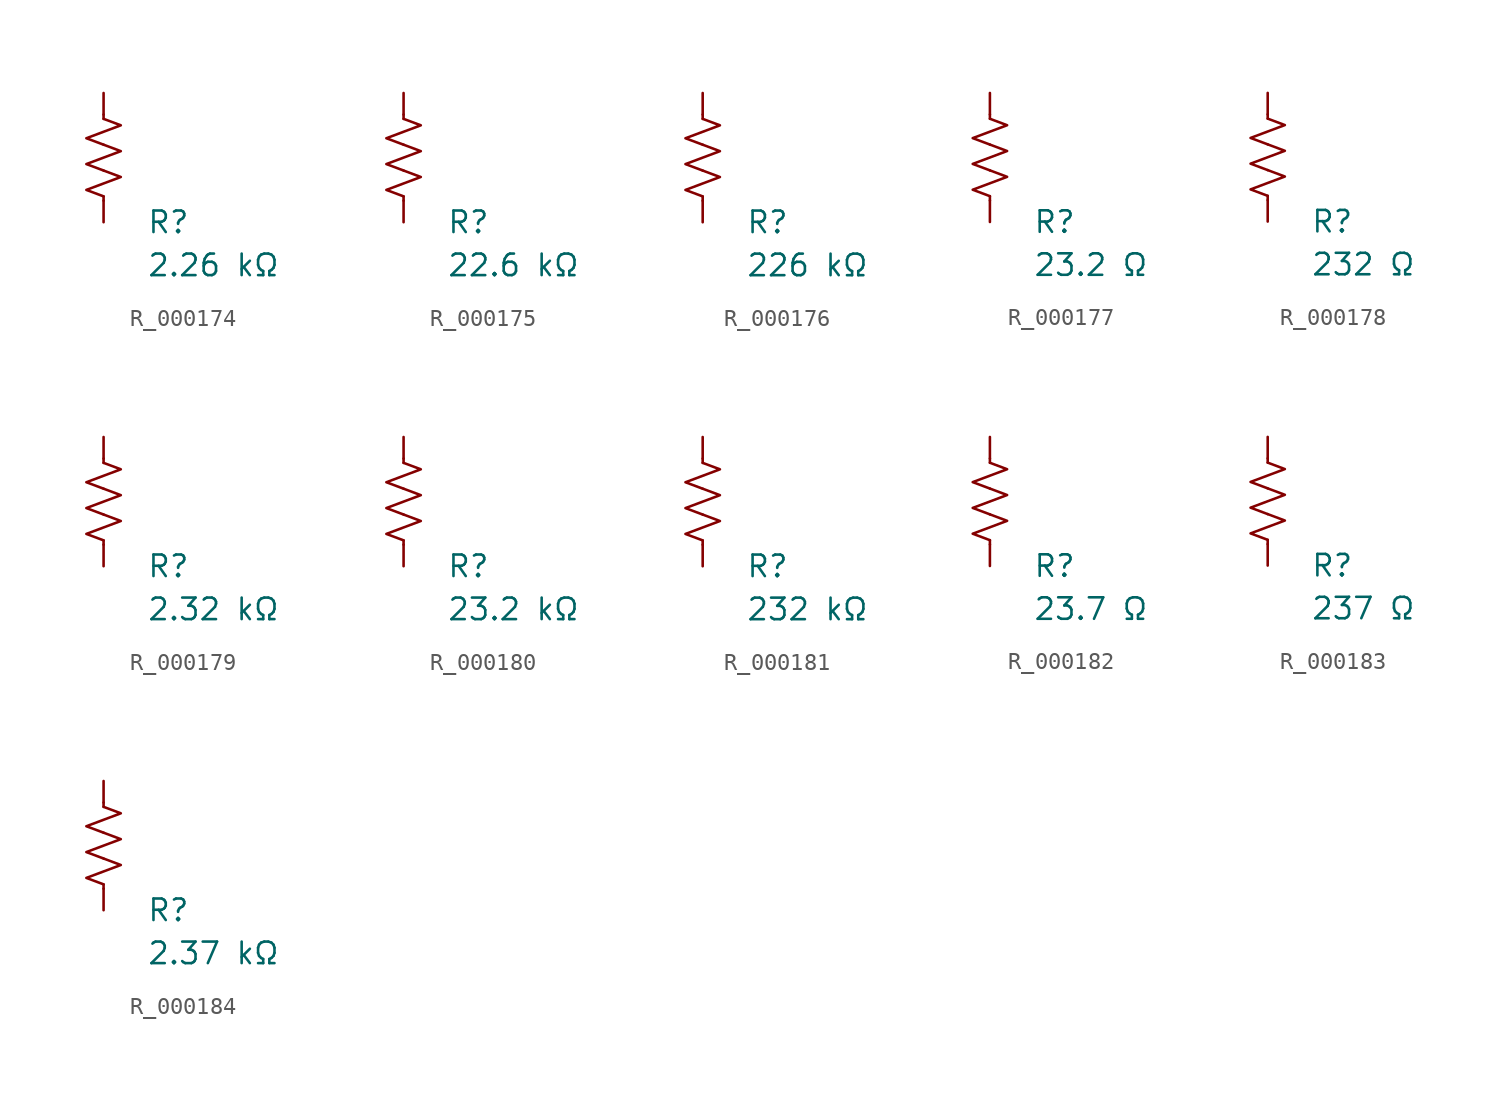
<source format=kicad_sym>
(kicad_symbol_lib
  (version 20231120)
  (generator "kicad_symbol_editor")
  (generator_version "8.0")
  (symbol "R_000174"
    (pin_numbers hide)
    (pin_names
      (offset 0))
    (property "Reference" "R"
      (at 2.54 -3.81 0)
      (effects (font (size 1.27 1.27)) (justify left))
      (show_name no))
    (property "Value" "2.26 kΩ"
      (at 2.54 -6.35 0)
      (effects (font (size 1.27 1.27)) (justify left))
      (show_name no))
    (symbol "R_000174_0_1"
      (polyline (pts (xy 0 -2.286) (xy 0 -2.54)) (stroke (width 0) (type default)) (fill (type none)))
      (polyline (pts (xy 0 2.286) (xy 0 2.54)) (stroke (width 0) (type default)) (fill (type none)))
      (polyline (pts (xy 0 -0.762) (xy 1.016 -1.143) (xy 0 -1.524) (xy -1.016 -1.905) (xy 0 -2.286)) (stroke (width 0) (type default)) (fill (type none)))
      (polyline (pts (xy 0 0.762) (xy 1.016 0.381) (xy 0 0) (xy -1.016 -0.381) (xy 0 -0.762)) (stroke (width 0) (type default)) (fill (type none)))
      (polyline (pts (xy 0 2.286) (xy 1.016 1.905) (xy 0 1.524) (xy -1.016 1.143) (xy 0 0.762)) (stroke (width 0) (type default)) (fill (type none))))
    (symbol "R_000174_1_1"
      (pin passive line (at 0 3.81 270) (length 1.27) (name "~" (effects (font (size 1.27 1.27)))) (number "1" (effects (font (size 1.27 1.27)))))
      (pin passive line (at 0 -3.81 90) (length 1.27) (name "~" (effects (font (size 1.27 1.27)))) (number "2" (effects (font (size 1.27 1.27)))))))
  (symbol "R_000175"
    (pin_numbers hide)
    (pin_names
      (offset 0))
    (property "Reference" "R"
      (at 2.54 -3.81 0)
      (effects (font (size 1.27 1.27)) (justify left))
      (show_name no))
    (property "Value" "22.6 kΩ"
      (at 2.54 -6.35 0)
      (effects (font (size 1.27 1.27)) (justify left))
      (show_name no))
    (symbol "R_000175_0_1"
      (polyline (pts (xy 0 -2.286) (xy 0 -2.54)) (stroke (width 0) (type default)) (fill (type none)))
      (polyline (pts (xy 0 2.286) (xy 0 2.54)) (stroke (width 0) (type default)) (fill (type none)))
      (polyline (pts (xy 0 -0.762) (xy 1.016 -1.143) (xy 0 -1.524) (xy -1.016 -1.905) (xy 0 -2.286)) (stroke (width 0) (type default)) (fill (type none)))
      (polyline (pts (xy 0 0.762) (xy 1.016 0.381) (xy 0 0) (xy -1.016 -0.381) (xy 0 -0.762)) (stroke (width 0) (type default)) (fill (type none)))
      (polyline (pts (xy 0 2.286) (xy 1.016 1.905) (xy 0 1.524) (xy -1.016 1.143) (xy 0 0.762)) (stroke (width 0) (type default)) (fill (type none))))
    (symbol "R_000175_1_1"
      (pin passive line (at 0 3.81 270) (length 1.27) (name "~" (effects (font (size 1.27 1.27)))) (number "1" (effects (font (size 1.27 1.27)))))
      (pin passive line (at 0 -3.81 90) (length 1.27) (name "~" (effects (font (size 1.27 1.27)))) (number "2" (effects (font (size 1.27 1.27)))))))
  (symbol "R_000176"
    (pin_numbers hide)
    (pin_names
      (offset 0))
    (property "Reference" "R"
      (at 2.54 -3.81 0)
      (effects (font (size 1.27 1.27)) (justify left))
      (show_name no))
    (property "Value" "226 kΩ"
      (at 2.54 -6.35 0)
      (effects (font (size 1.27 1.27)) (justify left))
      (show_name no))
    (symbol "R_000176_0_1"
      (polyline (pts (xy 0 -2.286) (xy 0 -2.54)) (stroke (width 0) (type default)) (fill (type none)))
      (polyline (pts (xy 0 2.286) (xy 0 2.54)) (stroke (width 0) (type default)) (fill (type none)))
      (polyline (pts (xy 0 -0.762) (xy 1.016 -1.143) (xy 0 -1.524) (xy -1.016 -1.905) (xy 0 -2.286)) (stroke (width 0) (type default)) (fill (type none)))
      (polyline (pts (xy 0 0.762) (xy 1.016 0.381) (xy 0 0) (xy -1.016 -0.381) (xy 0 -0.762)) (stroke (width 0) (type default)) (fill (type none)))
      (polyline (pts (xy 0 2.286) (xy 1.016 1.905) (xy 0 1.524) (xy -1.016 1.143) (xy 0 0.762)) (stroke (width 0) (type default)) (fill (type none))))
    (symbol "R_000176_1_1"
      (pin passive line (at 0 3.81 270) (length 1.27) (name "~" (effects (font (size 1.27 1.27)))) (number "1" (effects (font (size 1.27 1.27)))))
      (pin passive line (at 0 -3.81 90) (length 1.27) (name "~" (effects (font (size 1.27 1.27)))) (number "2" (effects (font (size 1.27 1.27)))))))
  (symbol "R_000177"
    (pin_numbers hide)
    (pin_names
      (offset 0))
    (property "Reference" "R"
      (at 2.54 -3.81 0)
      (effects (font (size 1.27 1.27)) (justify left))
      (show_name no))
    (property "Value" "23.2 Ω"
      (at 2.54 -6.35 0)
      (effects (font (size 1.27 1.27)) (justify left))
      (show_name no))
    (symbol "R_000177_0_1"
      (polyline (pts (xy 0 -2.286) (xy 0 -2.54)) (stroke (width 0) (type default)) (fill (type none)))
      (polyline (pts (xy 0 2.286) (xy 0 2.54)) (stroke (width 0) (type default)) (fill (type none)))
      (polyline (pts (xy 0 -0.762) (xy 1.016 -1.143) (xy 0 -1.524) (xy -1.016 -1.905) (xy 0 -2.286)) (stroke (width 0) (type default)) (fill (type none)))
      (polyline (pts (xy 0 0.762) (xy 1.016 0.381) (xy 0 0) (xy -1.016 -0.381) (xy 0 -0.762)) (stroke (width 0) (type default)) (fill (type none)))
      (polyline (pts (xy 0 2.286) (xy 1.016 1.905) (xy 0 1.524) (xy -1.016 1.143) (xy 0 0.762)) (stroke (width 0) (type default)) (fill (type none))))
    (symbol "R_000177_1_1"
      (pin passive line (at 0 3.81 270) (length 1.27) (name "~" (effects (font (size 1.27 1.27)))) (number "1" (effects (font (size 1.27 1.27)))))
      (pin passive line (at 0 -3.81 90) (length 1.27) (name "~" (effects (font (size 1.27 1.27)))) (number "2" (effects (font (size 1.27 1.27)))))))
  (symbol "R_000178"
    (pin_numbers hide)
    (pin_names
      (offset 0))
    (property "Reference" "R"
      (at 2.54 -3.81 0)
      (effects (font (size 1.27 1.27)) (justify left))
      (show_name no))
    (property "Value" "232 Ω"
      (at 2.54 -6.35 0)
      (effects (font (size 1.27 1.27)) (justify left))
      (show_name no))
    (symbol "R_000178_0_1"
      (polyline (pts (xy 0 -2.286) (xy 0 -2.54)) (stroke (width 0) (type default)) (fill (type none)))
      (polyline (pts (xy 0 2.286) (xy 0 2.54)) (stroke (width 0) (type default)) (fill (type none)))
      (polyline (pts (xy 0 -0.762) (xy 1.016 -1.143) (xy 0 -1.524) (xy -1.016 -1.905) (xy 0 -2.286)) (stroke (width 0) (type default)) (fill (type none)))
      (polyline (pts (xy 0 0.762) (xy 1.016 0.381) (xy 0 0) (xy -1.016 -0.381) (xy 0 -0.762)) (stroke (width 0) (type default)) (fill (type none)))
      (polyline (pts (xy 0 2.286) (xy 1.016 1.905) (xy 0 1.524) (xy -1.016 1.143) (xy 0 0.762)) (stroke (width 0) (type default)) (fill (type none))))
    (symbol "R_000178_1_1"
      (pin passive line (at 0 3.81 270) (length 1.27) (name "~" (effects (font (size 1.27 1.27)))) (number "1" (effects (font (size 1.27 1.27)))))
      (pin passive line (at 0 -3.81 90) (length 1.27) (name "~" (effects (font (size 1.27 1.27)))) (number "2" (effects (font (size 1.27 1.27)))))))
  (symbol "R_000179"
    (pin_numbers hide)
    (pin_names
      (offset 0))
    (property "Reference" "R"
      (at 2.54 -3.81 0)
      (effects (font (size 1.27 1.27)) (justify left))
      (show_name no))
    (property "Value" "2.32 kΩ"
      (at 2.54 -6.35 0)
      (effects (font (size 1.27 1.27)) (justify left))
      (show_name no))
    (symbol "R_000179_0_1"
      (polyline (pts (xy 0 -2.286) (xy 0 -2.54)) (stroke (width 0) (type default)) (fill (type none)))
      (polyline (pts (xy 0 2.286) (xy 0 2.54)) (stroke (width 0) (type default)) (fill (type none)))
      (polyline (pts (xy 0 -0.762) (xy 1.016 -1.143) (xy 0 -1.524) (xy -1.016 -1.905) (xy 0 -2.286)) (stroke (width 0) (type default)) (fill (type none)))
      (polyline (pts (xy 0 0.762) (xy 1.016 0.381) (xy 0 0) (xy -1.016 -0.381) (xy 0 -0.762)) (stroke (width 0) (type default)) (fill (type none)))
      (polyline (pts (xy 0 2.286) (xy 1.016 1.905) (xy 0 1.524) (xy -1.016 1.143) (xy 0 0.762)) (stroke (width 0) (type default)) (fill (type none))))
    (symbol "R_000179_1_1"
      (pin passive line (at 0 3.81 270) (length 1.27) (name "~" (effects (font (size 1.27 1.27)))) (number "1" (effects (font (size 1.27 1.27)))))
      (pin passive line (at 0 -3.81 90) (length 1.27) (name "~" (effects (font (size 1.27 1.27)))) (number "2" (effects (font (size 1.27 1.27)))))))
  (symbol "R_000180"
    (pin_numbers hide)
    (pin_names
      (offset 0))
    (property "Reference" "R"
      (at 2.54 -3.81 0)
      (effects (font (size 1.27 1.27)) (justify left))
      (show_name no))
    (property "Value" "23.2 kΩ"
      (at 2.54 -6.35 0)
      (effects (font (size 1.27 1.27)) (justify left))
      (show_name no))
    (symbol "R_000180_0_1"
      (polyline (pts (xy 0 -2.286) (xy 0 -2.54)) (stroke (width 0) (type default)) (fill (type none)))
      (polyline (pts (xy 0 2.286) (xy 0 2.54)) (stroke (width 0) (type default)) (fill (type none)))
      (polyline (pts (xy 0 -0.762) (xy 1.016 -1.143) (xy 0 -1.524) (xy -1.016 -1.905) (xy 0 -2.286)) (stroke (width 0) (type default)) (fill (type none)))
      (polyline (pts (xy 0 0.762) (xy 1.016 0.381) (xy 0 0) (xy -1.016 -0.381) (xy 0 -0.762)) (stroke (width 0) (type default)) (fill (type none)))
      (polyline (pts (xy 0 2.286) (xy 1.016 1.905) (xy 0 1.524) (xy -1.016 1.143) (xy 0 0.762)) (stroke (width 0) (type default)) (fill (type none))))
    (symbol "R_000180_1_1"
      (pin passive line (at 0 3.81 270) (length 1.27) (name "~" (effects (font (size 1.27 1.27)))) (number "1" (effects (font (size 1.27 1.27)))))
      (pin passive line (at 0 -3.81 90) (length 1.27) (name "~" (effects (font (size 1.27 1.27)))) (number "2" (effects (font (size 1.27 1.27)))))))
  (symbol "R_000181"
    (pin_numbers hide)
    (pin_names
      (offset 0))
    (property "Reference" "R"
      (at 2.54 -3.81 0)
      (effects (font (size 1.27 1.27)) (justify left))
      (show_name no))
    (property "Value" "232 kΩ"
      (at 2.54 -6.35 0)
      (effects (font (size 1.27 1.27)) (justify left))
      (show_name no))
    (symbol "R_000181_0_1"
      (polyline (pts (xy 0 -2.286) (xy 0 -2.54)) (stroke (width 0) (type default)) (fill (type none)))
      (polyline (pts (xy 0 2.286) (xy 0 2.54)) (stroke (width 0) (type default)) (fill (type none)))
      (polyline (pts (xy 0 -0.762) (xy 1.016 -1.143) (xy 0 -1.524) (xy -1.016 -1.905) (xy 0 -2.286)) (stroke (width 0) (type default)) (fill (type none)))
      (polyline (pts (xy 0 0.762) (xy 1.016 0.381) (xy 0 0) (xy -1.016 -0.381) (xy 0 -0.762)) (stroke (width 0) (type default)) (fill (type none)))
      (polyline (pts (xy 0 2.286) (xy 1.016 1.905) (xy 0 1.524) (xy -1.016 1.143) (xy 0 0.762)) (stroke (width 0) (type default)) (fill (type none))))
    (symbol "R_000181_1_1"
      (pin passive line (at 0 3.81 270) (length 1.27) (name "~" (effects (font (size 1.27 1.27)))) (number "1" (effects (font (size 1.27 1.27)))))
      (pin passive line (at 0 -3.81 90) (length 1.27) (name "~" (effects (font (size 1.27 1.27)))) (number "2" (effects (font (size 1.27 1.27)))))))
  (symbol "R_000182"
    (pin_numbers hide)
    (pin_names
      (offset 0))
    (property "Reference" "R"
      (at 2.54 -3.81 0)
      (effects (font (size 1.27 1.27)) (justify left))
      (show_name no))
    (property "Value" "23.7 Ω"
      (at 2.54 -6.35 0)
      (effects (font (size 1.27 1.27)) (justify left))
      (show_name no))
    (symbol "R_000182_0_1"
      (polyline (pts (xy 0 -2.286) (xy 0 -2.54)) (stroke (width 0) (type default)) (fill (type none)))
      (polyline (pts (xy 0 2.286) (xy 0 2.54)) (stroke (width 0) (type default)) (fill (type none)))
      (polyline (pts (xy 0 -0.762) (xy 1.016 -1.143) (xy 0 -1.524) (xy -1.016 -1.905) (xy 0 -2.286)) (stroke (width 0) (type default)) (fill (type none)))
      (polyline (pts (xy 0 0.762) (xy 1.016 0.381) (xy 0 0) (xy -1.016 -0.381) (xy 0 -0.762)) (stroke (width 0) (type default)) (fill (type none)))
      (polyline (pts (xy 0 2.286) (xy 1.016 1.905) (xy 0 1.524) (xy -1.016 1.143) (xy 0 0.762)) (stroke (width 0) (type default)) (fill (type none))))
    (symbol "R_000182_1_1"
      (pin passive line (at 0 3.81 270) (length 1.27) (name "~" (effects (font (size 1.27 1.27)))) (number "1" (effects (font (size 1.27 1.27)))))
      (pin passive line (at 0 -3.81 90) (length 1.27) (name "~" (effects (font (size 1.27 1.27)))) (number "2" (effects (font (size 1.27 1.27)))))))
  (symbol "R_000183"
    (pin_numbers hide)
    (pin_names
      (offset 0))
    (property "Reference" "R"
      (at 2.54 -3.81 0)
      (effects (font (size 1.27 1.27)) (justify left))
      (show_name no))
    (property "Value" "237 Ω"
      (at 2.54 -6.35 0)
      (effects (font (size 1.27 1.27)) (justify left))
      (show_name no))
    (symbol "R_000183_0_1"
      (polyline (pts (xy 0 -2.286) (xy 0 -2.54)) (stroke (width 0) (type default)) (fill (type none)))
      (polyline (pts (xy 0 2.286) (xy 0 2.54)) (stroke (width 0) (type default)) (fill (type none)))
      (polyline (pts (xy 0 -0.762) (xy 1.016 -1.143) (xy 0 -1.524) (xy -1.016 -1.905) (xy 0 -2.286)) (stroke (width 0) (type default)) (fill (type none)))
      (polyline (pts (xy 0 0.762) (xy 1.016 0.381) (xy 0 0) (xy -1.016 -0.381) (xy 0 -0.762)) (stroke (width 0) (type default)) (fill (type none)))
      (polyline (pts (xy 0 2.286) (xy 1.016 1.905) (xy 0 1.524) (xy -1.016 1.143) (xy 0 0.762)) (stroke (width 0) (type default)) (fill (type none))))
    (symbol "R_000183_1_1"
      (pin passive line (at 0 3.81 270) (length 1.27) (name "~" (effects (font (size 1.27 1.27)))) (number "1" (effects (font (size 1.27 1.27)))))
      (pin passive line (at 0 -3.81 90) (length 1.27) (name "~" (effects (font (size 1.27 1.27)))) (number "2" (effects (font (size 1.27 1.27)))))))
  (symbol "R_000184"
    (pin_numbers hide)
    (pin_names
      (offset 0))
    (property "Reference" "R"
      (at 2.54 -3.81 0)
      (effects (font (size 1.27 1.27)) (justify left))
      (show_name no))
    (property "Value" "2.37 kΩ"
      (at 2.54 -6.35 0)
      (effects (font (size 1.27 1.27)) (justify left))
      (show_name no))
    (symbol "R_000184_0_1"
      (polyline (pts (xy 0 -2.286) (xy 0 -2.54)) (stroke (width 0) (type default)) (fill (type none)))
      (polyline (pts (xy 0 2.286) (xy 0 2.54)) (stroke (width 0) (type default)) (fill (type none)))
      (polyline (pts (xy 0 -0.762) (xy 1.016 -1.143) (xy 0 -1.524) (xy -1.016 -1.905) (xy 0 -2.286)) (stroke (width 0) (type default)) (fill (type none)))
      (polyline (pts (xy 0 0.762) (xy 1.016 0.381) (xy 0 0) (xy -1.016 -0.381) (xy 0 -0.762)) (stroke (width 0) (type default)) (fill (type none)))
      (polyline (pts (xy 0 2.286) (xy 1.016 1.905) (xy 0 1.524) (xy -1.016 1.143) (xy 0 0.762)) (stroke (width 0) (type default)) (fill (type none))))
    (symbol "R_000184_1_1"
      (pin passive line (at 0 3.81 270) (length 1.27) (name "~" (effects (font (size 1.27 1.27)))) (number "1" (effects (font (size 1.27 1.27)))))
      (pin passive line (at 0 -3.81 90) (length 1.27) (name "~" (effects (font (size 1.27 1.27)))) (number "2" (effects (font (size 1.27 1.27))))))))
</source>
